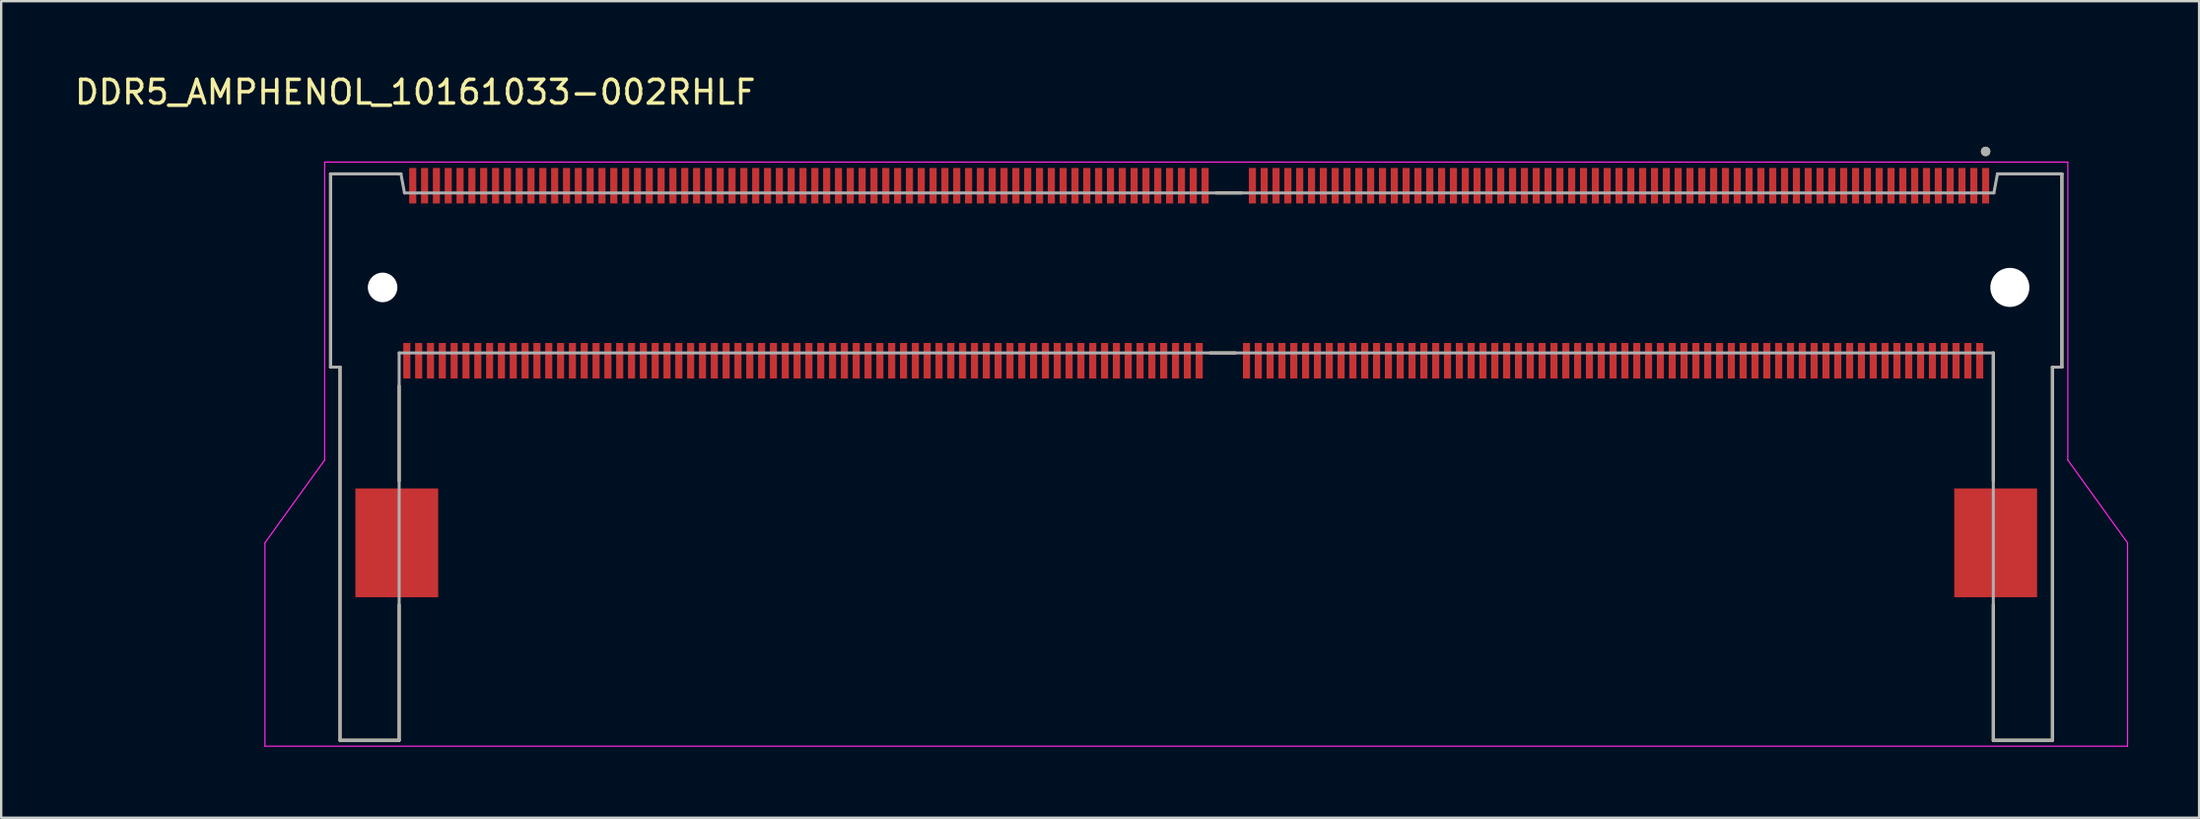
<source format=kicad_pcb>
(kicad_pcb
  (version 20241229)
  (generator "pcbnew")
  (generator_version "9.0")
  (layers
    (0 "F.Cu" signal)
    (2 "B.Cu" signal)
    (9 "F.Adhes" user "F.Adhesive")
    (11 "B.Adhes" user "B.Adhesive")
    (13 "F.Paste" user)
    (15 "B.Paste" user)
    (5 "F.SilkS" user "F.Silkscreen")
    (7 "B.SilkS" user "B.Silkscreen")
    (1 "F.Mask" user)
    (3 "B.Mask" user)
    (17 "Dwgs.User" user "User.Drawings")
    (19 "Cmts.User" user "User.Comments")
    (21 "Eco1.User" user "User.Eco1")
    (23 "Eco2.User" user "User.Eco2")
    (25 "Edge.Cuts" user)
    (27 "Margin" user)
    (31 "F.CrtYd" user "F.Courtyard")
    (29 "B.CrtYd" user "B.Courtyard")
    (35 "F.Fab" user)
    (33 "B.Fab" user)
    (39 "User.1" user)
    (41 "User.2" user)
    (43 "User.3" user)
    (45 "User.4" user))
  (footprint "DDR5_AMPHENOL_10161033-002RHLF"
    (layer "F.Cu")
    (at 47.526 9.103)
    (property "Reference" "DDR5_AMPHENOL_10161033-002RHLF" (at -33.02 -8.255 0) (layer "F.SilkS") (effects (font (size 1 1) (thickness 0.15))))
    (attr smd)
    (fp_line (start -36.6 -4.8) (end -36.6 3.37) (stroke (width 0.127) (type solid)) (layer "F.SilkS"))
    (fp_line (start -36.6 -4.8) (end -33.625 -4.8) (stroke (width 0.127) (type solid)) (layer "F.SilkS"))
    (fp_line (start -36.6 3.37) (end -36.2 3.37) (stroke (width 0.127) (type solid)) (layer "F.SilkS"))
    (fp_line (start -36.2 3.37) (end -36.2 19.15) (stroke (width 0.127) (type solid)) (layer "F.SilkS"))
    (fp_line (start -36.2 19.15) (end -33.7 19.15) (stroke (width 0.127) (type solid)) (layer "F.SilkS"))
    (fp_line (start -33.7 4.163) (end -33.7 8.18) (stroke (width 0.127) (type solid)) (layer "F.SilkS"))
    (fp_line (start -33.7 19.15) (end -33.7 13.42) (stroke (width 0.127) (type solid)) (layer "F.SilkS"))
    (fp_line (start 0.839 -3.995) (end 1.911 -3.995) (stroke (width 0.127) (type solid)) (layer "F.SilkS"))
    (fp_line (start 1.661 2.77) (end 0.589 2.77) (stroke (width 0.127) (type solid)) (layer "F.SilkS"))
    (fp_line (start 33.7 2.77) (end 33.7 8.18) (stroke (width 0.127) (type solid)) (layer "F.SilkS"))
    (fp_line (start 33.7 19.15) (end 33.7 13.42) (stroke (width 0.127) (type solid)) (layer "F.SilkS"))
    (fp_line (start 33.875 -4.8) (end 36.6 -4.8) (stroke (width 0.127) (type solid)) (layer "F.SilkS"))
    (fp_line (start 36.2 19.15) (end 33.7 19.15) (stroke (width 0.127) (type solid)) (layer "F.SilkS"))
    (fp_line (start 36.2 19.15) (end 36.2 3.37) (stroke (width 0.127) (type solid)) (layer "F.SilkS"))
    (fp_line (start 36.6 -4.8) (end 36.6 3.37) (stroke (width 0.127) (type solid)) (layer "F.SilkS"))
    (fp_line (start 36.6 3.37) (end 36.2 3.37) (stroke (width 0.127) (type solid)) (layer "F.SilkS"))
    (fp_circle (center 33.375 -5.75) (end 33.475 -5.75) (stroke (width 0.2) (type solid)) (fill no) (layer "F.SilkS"))
    (fp_line (start -39.375 10.8) (end -39.375 19.4) (stroke (width 0.05) (type solid)) (layer "F.CrtYd"))
    (fp_line (start -39.375 19.4) (end 39.375 19.4) (stroke (width 0.05) (type solid)) (layer "F.CrtYd"))
    (fp_line (start -36.85 -5.3) (end -36.85 7.3) (stroke (width 0.05) (type solid)) (layer "F.CrtYd"))
    (fp_line (start -36.85 7.3) (end -39.375 10.8) (stroke (width 0.05) (type solid)) (layer "F.CrtYd"))
    (fp_line (start 36.85 -5.3) (end -36.85 -5.3) (stroke (width 0.05) (type solid)) (layer "F.CrtYd"))
    (fp_line (start 36.85 -5.3) (end 36.85 7.3) (stroke (width 0.05) (type solid)) (layer "F.CrtYd"))
    (fp_line (start 36.85 7.3) (end 39.375 10.8) (stroke (width 0.05) (type solid)) (layer "F.CrtYd"))
    (fp_line (start 39.375 19.4) (end 39.375 10.8) (stroke (width 0.05) (type solid)) (layer "F.CrtYd"))
    (fp_line (start -36.6 -4.8) (end -36.6 3.37) (stroke (width 0.127) (type solid)) (layer "F.Fab"))
    (fp_line (start -36.6 -4.8) (end -33.625 -4.8) (stroke (width 0.127) (type solid)) (layer "F.Fab"))
    (fp_line (start -36.6 3.37) (end -36.2 3.37) (stroke (width 0.127) (type solid)) (layer "F.Fab"))
    (fp_line (start -36.2 3.37) (end -36.2 19.15) (stroke (width 0.127) (type solid)) (layer "F.Fab"))
    (fp_line (start -36.2 19.15) (end -33.7 19.15) (stroke (width 0.127) (type solid)) (layer "F.Fab"))
    (fp_line (start -33.7 19.15) (end -33.7 2.77) (stroke (width 0.127) (type solid)) (layer "F.Fab"))
    (fp_line (start -33.625 -4.8) (end -33.475 -3.995) (stroke (width 0.127) (type solid)) (layer "F.Fab"))
    (fp_line (start -33.475 -3.995) (end 33.725 -3.995) (stroke (width 0.127) (type solid)) (layer "F.Fab"))
    (fp_line (start 33.7 2.77) (end -33.7 2.77) (stroke (width 0.127) (type solid)) (layer "F.Fab"))
    (fp_line (start 33.7 19.15) (end 33.7 2.77) (stroke (width 0.127) (type solid)) (layer "F.Fab"))
    (fp_line (start 33.725 -3.995) (end 33.875 -4.8) (stroke (width 0.127) (type solid)) (layer "F.Fab"))
    (fp_line (start 33.875 -4.8) (end 36.6 -4.8) (stroke (width 0.127) (type solid)) (layer "F.Fab"))
    (fp_line (start 36.2 19.15) (end 33.7 19.15) (stroke (width 0.127) (type solid)) (layer "F.Fab"))
    (fp_line (start 36.2 19.15) (end 36.2 3.37) (stroke (width 0.127) (type solid)) (layer "F.Fab"))
    (fp_line (start 36.6 -4.8) (end 36.6 3.37) (stroke (width 0.127) (type solid)) (layer "F.Fab"))
    (fp_line (start 36.6 3.37) (end 36.2 3.37) (stroke (width 0.127) (type solid)) (layer "F.Fab"))
    (fp_circle (center 33.375 -5.75) (end 33.475 -5.75) (stroke (width 0.2) (type solid)) (fill no) (layer "F.Fab"))
    (pad "" np_thru_hole circle (at -34.4 0) (size 1.25 1.25) (drill 1.25) (layers "*.Cu" "*.Mask"))
    (pad "" np_thru_hole circle (at 34.4 0) (size 1.65 1.65) (drill 1.65) (layers "*.Cu" "*.Mask"))
    (pad "1" smd rect (at 33.375 -4.3) (size 0.3 1.5) (layers "F.Cu" "F.Mask" "F.Paste"))
    (pad "2" smd rect (at 33.125 3.1) (size 0.3 1.5) (layers "F.Cu" "F.Mask" "F.Paste"))
    (pad "3" smd rect (at 32.875 -4.3) (size 0.3 1.5) (layers "F.Cu" "F.Mask" "F.Paste"))
    (pad "4" smd rect (at 32.625 3.1) (size 0.3 1.5) (layers "F.Cu" "F.Mask" "F.Paste"))
    (pad "5" smd rect (at 32.375 -4.3) (size 0.3 1.5) (layers "F.Cu" "F.Mask" "F.Paste"))
    (pad "6" smd rect (at 32.125 3.1) (size 0.3 1.5) (layers "F.Cu" "F.Mask" "F.Paste"))
    (pad "7" smd rect (at 31.875 -4.3) (size 0.3 1.5) (layers "F.Cu" "F.Mask" "F.Paste"))
    (pad "8" smd rect (at 31.625 3.1) (size 0.3 1.5) (layers "F.Cu" "F.Mask" "F.Paste"))
    (pad "9" smd rect (at 31.375 -4.3) (size 0.3 1.5) (layers "F.Cu" "F.Mask" "F.Paste"))
    (pad "10" smd rect (at 31.125 3.1) (size 0.3 1.5) (layers "F.Cu" "F.Mask" "F.Paste"))
    (pad "11" smd rect (at 30.875 -4.3) (size 0.3 1.5) (layers "F.Cu" "F.Mask" "F.Paste"))
    (pad "12" smd rect (at 30.625 3.1) (size 0.3 1.5) (layers "F.Cu" "F.Mask" "F.Paste"))
    (pad "13" smd rect (at 30.375 -4.3) (size 0.3 1.5) (layers "F.Cu" "F.Mask" "F.Paste"))
    (pad "14" smd rect (at 30.125 3.1) (size 0.3 1.5) (layers "F.Cu" "F.Mask" "F.Paste"))
    (pad "15" smd rect (at 29.875 -4.3) (size 0.3 1.5) (layers "F.Cu" "F.Mask" "F.Paste"))
    (pad "16" smd rect (at 29.625 3.1) (size 0.3 1.5) (layers "F.Cu" "F.Mask" "F.Paste"))
    (pad "17" smd rect (at 29.375 -4.3) (size 0.3 1.5) (layers "F.Cu" "F.Mask" "F.Paste"))
    (pad "18" smd rect (at 29.125 3.1) (size 0.3 1.5) (layers "F.Cu" "F.Mask" "F.Paste"))
    (pad "19" smd rect (at 28.875 -4.3) (size 0.3 1.5) (layers "F.Cu" "F.Mask" "F.Paste"))
    (pad "20" smd rect (at 28.625 3.1) (size 0.3 1.5) (layers "F.Cu" "F.Mask" "F.Paste"))
    (pad "21" smd rect (at 28.375 -4.3) (size 0.3 1.5) (layers "F.Cu" "F.Mask" "F.Paste"))
    (pad "22" smd rect (at 28.125 3.1) (size 0.3 1.5) (layers "F.Cu" "F.Mask" "F.Paste"))
    (pad "23" smd rect (at 27.875 -4.3) (size 0.3 1.5) (layers "F.Cu" "F.Mask" "F.Paste"))
    (pad "24" smd rect (at 27.625 3.1) (size 0.3 1.5) (layers "F.Cu" "F.Mask" "F.Paste"))
    (pad "25" smd rect (at 27.375 -4.3) (size 0.3 1.5) (layers "F.Cu" "F.Mask" "F.Paste"))
    (pad "26" smd rect (at 27.125 3.1) (size 0.3 1.5) (layers "F.Cu" "F.Mask" "F.Paste"))
    (pad "27" smd rect (at 26.875 -4.3) (size 0.3 1.5) (layers "F.Cu" "F.Mask" "F.Paste"))
    (pad "28" smd rect (at 26.625 3.1) (size 0.3 1.5) (layers "F.Cu" "F.Mask" "F.Paste"))
    (pad "29" smd rect (at 26.375 -4.3) (size 0.3 1.5) (layers "F.Cu" "F.Mask" "F.Paste"))
    (pad "30" smd rect (at 26.125 3.1) (size 0.3 1.5) (layers "F.Cu" "F.Mask" "F.Paste"))
    (pad "31" smd rect (at 25.875 -4.3) (size 0.3 1.5) (layers "F.Cu" "F.Mask" "F.Paste"))
    (pad "32" smd rect (at 25.625 3.1) (size 0.3 1.5) (layers "F.Cu" "F.Mask" "F.Paste"))
    (pad "33" smd rect (at 25.375 -4.3) (size 0.3 1.5) (layers "F.Cu" "F.Mask" "F.Paste"))
    (pad "34" smd rect (at 25.125 3.1) (size 0.3 1.5) (layers "F.Cu" "F.Mask" "F.Paste"))
    (pad "35" smd rect (at 24.875 -4.3) (size 0.3 1.5) (layers "F.Cu" "F.Mask" "F.Paste"))
    (pad "36" smd rect (at 24.625 3.1) (size 0.3 1.5) (layers "F.Cu" "F.Mask" "F.Paste"))
    (pad "37" smd rect (at 24.375 -4.3) (size 0.3 1.5) (layers "F.Cu" "F.Mask" "F.Paste"))
    (pad "38" smd rect (at 24.125 3.1) (size 0.3 1.5) (layers "F.Cu" "F.Mask" "F.Paste"))
    (pad "39" smd rect (at 23.875 -4.3) (size 0.3 1.5) (layers "F.Cu" "F.Mask" "F.Paste"))
    (pad "40" smd rect (at 23.625 3.1) (size 0.3 1.5) (layers "F.Cu" "F.Mask" "F.Paste"))
    (pad "41" smd rect (at 23.375 -4.3) (size 0.3 1.5) (layers "F.Cu" "F.Mask" "F.Paste"))
    (pad "42" smd rect (at 23.125 3.1) (size 0.3 1.5) (layers "F.Cu" "F.Mask" "F.Paste"))
    (pad "43" smd rect (at 22.875 -4.3) (size 0.3 1.5) (layers "F.Cu" "F.Mask" "F.Paste"))
    (pad "44" smd rect (at 22.625 3.1) (size 0.3 1.5) (layers "F.Cu" "F.Mask" "F.Paste"))
    (pad "45" smd rect (at 22.375 -4.3) (size 0.3 1.5) (layers "F.Cu" "F.Mask" "F.Paste"))
    (pad "46" smd rect (at 22.125 3.1) (size 0.3 1.5) (layers "F.Cu" "F.Mask" "F.Paste"))
    (pad "47" smd rect (at 21.875 -4.3) (size 0.3 1.5) (layers "F.Cu" "F.Mask" "F.Paste"))
    (pad "48" smd rect (at 21.625 3.1) (size 0.3 1.5) (layers "F.Cu" "F.Mask" "F.Paste"))
    (pad "49" smd rect (at 21.375 -4.3) (size 0.3 1.5) (layers "F.Cu" "F.Mask" "F.Paste"))
    (pad "50" smd rect (at 21.125 3.1) (size 0.3 1.5) (layers "F.Cu" "F.Mask" "F.Paste"))
    (pad "51" smd rect (at 20.875 -4.3) (size 0.3 1.5) (layers "F.Cu" "F.Mask" "F.Paste"))
    (pad "52" smd rect (at 20.625 3.1) (size 0.3 1.5) (layers "F.Cu" "F.Mask" "F.Paste"))
    (pad "53" smd rect (at 20.375 -4.3) (size 0.3 1.5) (layers "F.Cu" "F.Mask" "F.Paste"))
    (pad "54" smd rect (at 20.125 3.1) (size 0.3 1.5) (layers "F.Cu" "F.Mask" "F.Paste"))
    (pad "55" smd rect (at 19.875 -4.3) (size 0.3 1.5) (layers "F.Cu" "F.Mask" "F.Paste"))
    (pad "56" smd rect (at 19.625 3.1) (size 0.3 1.5) (layers "F.Cu" "F.Mask" "F.Paste"))
    (pad "57" smd rect (at 19.375 -4.3) (size 0.3 1.5) (layers "F.Cu" "F.Mask" "F.Paste"))
    (pad "58" smd rect (at 19.125 3.1) (size 0.3 1.5) (layers "F.Cu" "F.Mask" "F.Paste"))
    (pad "59" smd rect (at 18.875 -4.3) (size 0.3 1.5) (layers "F.Cu" "F.Mask" "F.Paste"))
    (pad "60" smd rect (at 18.625 3.1) (size 0.3 1.5) (layers "F.Cu" "F.Mask" "F.Paste"))
    (pad "61" smd rect (at 18.375 -4.3) (size 0.3 1.5) (layers "F.Cu" "F.Mask" "F.Paste"))
    (pad "62" smd rect (at 18.125 3.1) (size 0.3 1.5) (layers "F.Cu" "F.Mask" "F.Paste"))
    (pad "63" smd rect (at 17.875 -4.3) (size 0.3 1.5) (layers "F.Cu" "F.Mask" "F.Paste"))
    (pad "64" smd rect (at 17.625 3.1) (size 0.3 1.5) (layers "F.Cu" "F.Mask" "F.Paste"))
    (pad "65" smd rect (at 17.375 -4.3) (size 0.3 1.5) (layers "F.Cu" "F.Mask" "F.Paste"))
    (pad "66" smd rect (at 17.125 3.1) (size 0.3 1.5) (layers "F.Cu" "F.Mask" "F.Paste"))
    (pad "67" smd rect (at 16.875 -4.3) (size 0.3 1.5) (layers "F.Cu" "F.Mask" "F.Paste"))
    (pad "68" smd rect (at 16.625 3.1) (size 0.3 1.5) (layers "F.Cu" "F.Mask" "F.Paste"))
    (pad "69" smd rect (at 16.375 -4.3) (size 0.3 1.5) (layers "F.Cu" "F.Mask" "F.Paste"))
    (pad "70" smd rect (at 16.125 3.1) (size 0.3 1.5) (layers "F.Cu" "F.Mask" "F.Paste"))
    (pad "71" smd rect (at 15.875 -4.3) (size 0.3 1.5) (layers "F.Cu" "F.Mask" "F.Paste"))
    (pad "72" smd rect (at 15.625 3.1) (size 0.3 1.5) (layers "F.Cu" "F.Mask" "F.Paste"))
    (pad "73" smd rect (at 15.375 -4.3) (size 0.3 1.5) (layers "F.Cu" "F.Mask" "F.Paste"))
    (pad "74" smd rect (at 15.125 3.1) (size 0.3 1.5) (layers "F.Cu" "F.Mask" "F.Paste"))
    (pad "75" smd rect (at 14.875 -4.3) (size 0.3 1.5) (layers "F.Cu" "F.Mask" "F.Paste"))
    (pad "76" smd rect (at 14.625 3.1) (size 0.3 1.5) (layers "F.Cu" "F.Mask" "F.Paste"))
    (pad "77" smd rect (at 14.375 -4.3) (size 0.3 1.5) (layers "F.Cu" "F.Mask" "F.Paste"))
    (pad "78" smd rect (at 14.125 3.1) (size 0.3 1.5) (layers "F.Cu" "F.Mask" "F.Paste"))
    (pad "79" smd rect (at 13.875 -4.3) (size 0.3 1.5) (layers "F.Cu" "F.Mask" "F.Paste"))
    (pad "80" smd rect (at 13.625 3.1) (size 0.3 1.5) (layers "F.Cu" "F.Mask" "F.Paste"))
    (pad "81" smd rect (at 13.375 -4.3) (size 0.3 1.5) (layers "F.Cu" "F.Mask" "F.Paste"))
    (pad "82" smd rect (at 13.125 3.1) (size 0.3 1.5) (layers "F.Cu" "F.Mask" "F.Paste"))
    (pad "83" smd rect (at 12.875 -4.3) (size 0.3 1.5) (layers "F.Cu" "F.Mask" "F.Paste"))
    (pad "84" smd rect (at 12.625 3.1) (size 0.3 1.5) (layers "F.Cu" "F.Mask" "F.Paste"))
    (pad "85" smd rect (at 12.375 -4.3) (size 0.3 1.5) (layers "F.Cu" "F.Mask" "F.Paste"))
    (pad "86" smd rect (at 12.125 3.1) (size 0.3 1.5) (layers "F.Cu" "F.Mask" "F.Paste"))
    (pad "87" smd rect (at 11.875 -4.3) (size 0.3 1.5) (layers "F.Cu" "F.Mask" "F.Paste"))
    (pad "88" smd rect (at 11.625 3.1) (size 0.3 1.5) (layers "F.Cu" "F.Mask" "F.Paste"))
    (pad "89" smd rect (at 11.375 -4.3) (size 0.3 1.5) (layers "F.Cu" "F.Mask" "F.Paste"))
    (pad "90" smd rect (at 11.125 3.1) (size 0.3 1.5) (layers "F.Cu" "F.Mask" "F.Paste"))
    (pad "91" smd rect (at 10.875 -4.3) (size 0.3 1.5) (layers "F.Cu" "F.Mask" "F.Paste"))
    (pad "92" smd rect (at 10.625 3.1) (size 0.3 1.5) (layers "F.Cu" "F.Mask" "F.Paste"))
    (pad "93" smd rect (at 10.375 -4.3) (size 0.3 1.5) (layers "F.Cu" "F.Mask" "F.Paste"))
    (pad "94" smd rect (at 10.125 3.1) (size 0.3 1.5) (layers "F.Cu" "F.Mask" "F.Paste"))
    (pad "95" smd rect (at 9.875 -4.3) (size 0.3 1.5) (layers "F.Cu" "F.Mask" "F.Paste"))
    (pad "96" smd rect (at 9.625 3.1) (size 0.3 1.5) (layers "F.Cu" "F.Mask" "F.Paste"))
    (pad "97" smd rect (at 9.375 -4.3) (size 0.3 1.5) (layers "F.Cu" "F.Mask" "F.Paste"))
    (pad "98" smd rect (at 9.125 3.1) (size 0.3 1.5) (layers "F.Cu" "F.Mask" "F.Paste"))
    (pad "99" smd rect (at 8.875 -4.3) (size 0.3 1.5) (layers "F.Cu" "F.Mask" "F.Paste"))
    (pad "100" smd rect (at 8.625 3.1) (size 0.3 1.5) (layers "F.Cu" "F.Mask" "F.Paste"))
    (pad "101" smd rect (at 8.375 -4.3) (size 0.3 1.5) (layers "F.Cu" "F.Mask" "F.Paste"))
    (pad "102" smd rect (at 8.125 3.1) (size 0.3 1.5) (layers "F.Cu" "F.Mask" "F.Paste"))
    (pad "103" smd rect (at 7.875 -4.3) (size 0.3 1.5) (layers "F.Cu" "F.Mask" "F.Paste"))
    (pad "104" smd rect (at 7.625 3.1) (size 0.3 1.5) (layers "F.Cu" "F.Mask" "F.Paste"))
    (pad "105" smd rect (at 7.375 -4.3) (size 0.3 1.5) (layers "F.Cu" "F.Mask" "F.Paste"))
    (pad "106" smd rect (at 7.125 3.1) (size 0.3 1.5) (layers "F.Cu" "F.Mask" "F.Paste"))
    (pad "107" smd rect (at 6.875 -4.3) (size 0.3 1.5) (layers "F.Cu" "F.Mask" "F.Paste"))
    (pad "108" smd rect (at 6.625 3.1) (size 0.3 1.5) (layers "F.Cu" "F.Mask" "F.Paste"))
    (pad "109" smd rect (at 6.375 -4.3) (size 0.3 1.5) (layers "F.Cu" "F.Mask" "F.Paste"))
    (pad "110" smd rect (at 6.125 3.1) (size 0.3 1.5) (layers "F.Cu" "F.Mask" "F.Paste"))
    (pad "111" smd rect (at 5.875 -4.3) (size 0.3 1.5) (layers "F.Cu" "F.Mask" "F.Paste"))
    (pad "112" smd rect (at 5.625 3.1) (size 0.3 1.5) (layers "F.Cu" "F.Mask" "F.Paste"))
    (pad "113" smd rect (at 5.375 -4.3) (size 0.3 1.5) (layers "F.Cu" "F.Mask" "F.Paste"))
    (pad "114" smd rect (at 5.125 3.1) (size 0.3 1.5) (layers "F.Cu" "F.Mask" "F.Paste"))
    (pad "115" smd rect (at 4.875 -4.3) (size 0.3 1.5) (layers "F.Cu" "F.Mask" "F.Paste"))
    (pad "116" smd rect (at 4.625 3.1) (size 0.3 1.5) (layers "F.Cu" "F.Mask" "F.Paste"))
    (pad "117" smd rect (at 4.375 -4.3) (size 0.3 1.5) (layers "F.Cu" "F.Mask" "F.Paste"))
    (pad "118" smd rect (at 4.125 3.1) (size 0.3 1.5) (layers "F.Cu" "F.Mask" "F.Paste"))
    (pad "119" smd rect (at 3.875 -4.3) (size 0.3 1.5) (layers "F.Cu" "F.Mask" "F.Paste"))
    (pad "120" smd rect (at 3.625 3.1) (size 0.3 1.5) (layers "F.Cu" "F.Mask" "F.Paste"))
    (pad "121" smd rect (at 3.375 -4.3) (size 0.3 1.5) (layers "F.Cu" "F.Mask" "F.Paste"))
    (pad "122" smd rect (at 3.125 3.1) (size 0.3 1.5) (layers "F.Cu" "F.Mask" "F.Paste"))
    (pad "123" smd rect (at 2.875 -4.3) (size 0.3 1.5) (layers "F.Cu" "F.Mask" "F.Paste"))
    (pad "124" smd rect (at 2.625 3.1) (size 0.3 1.5) (layers "F.Cu" "F.Mask" "F.Paste"))
    (pad "125" smd rect (at 2.375 -4.3) (size 0.3 1.5) (layers "F.Cu" "F.Mask" "F.Paste"))
    (pad "126" smd rect (at 2.125 3.1) (size 0.3 1.5) (layers "F.Cu" "F.Mask" "F.Paste"))
    (pad "127" smd rect (at 0.375 -4.3) (size 0.3 1.5) (layers "F.Cu" "F.Mask" "F.Paste"))
    (pad "128" smd rect (at 0.125 3.1) (size 0.3 1.5) (layers "F.Cu" "F.Mask" "F.Paste"))
    (pad "129" smd rect (at -0.125 -4.3) (size 0.3 1.5) (layers "F.Cu" "F.Mask" "F.Paste"))
    (pad "130" smd rect (at -0.375 3.1) (size 0.3 1.5) (layers "F.Cu" "F.Mask" "F.Paste"))
    (pad "131" smd rect (at -0.625 -4.3) (size 0.3 1.5) (layers "F.Cu" "F.Mask" "F.Paste"))
    (pad "132" smd rect (at -0.875 3.1) (size 0.3 1.5) (layers "F.Cu" "F.Mask" "F.Paste"))
    (pad "133" smd rect (at -1.125 -4.3) (size 0.3 1.5) (layers "F.Cu" "F.Mask" "F.Paste"))
    (pad "134" smd rect (at -1.375 3.1) (size 0.3 1.5) (layers "F.Cu" "F.Mask" "F.Paste"))
    (pad "135" smd rect (at -1.625 -4.3) (size 0.3 1.5) (layers "F.Cu" "F.Mask" "F.Paste"))
    (pad "136" smd rect (at -1.875 3.1) (size 0.3 1.5) (layers "F.Cu" "F.Mask" "F.Paste"))
    (pad "137" smd rect (at -2.125 -4.3) (size 0.3 1.5) (layers "F.Cu" "F.Mask" "F.Paste"))
    (pad "138" smd rect (at -2.375 3.1) (size 0.3 1.5) (layers "F.Cu" "F.Mask" "F.Paste"))
    (pad "139" smd rect (at -2.625 -4.3) (size 0.3 1.5) (layers "F.Cu" "F.Mask" "F.Paste"))
    (pad "140" smd rect (at -2.875 3.1) (size 0.3 1.5) (layers "F.Cu" "F.Mask" "F.Paste"))
    (pad "141" smd rect (at -3.125 -4.3) (size 0.3 1.5) (layers "F.Cu" "F.Mask" "F.Paste"))
    (pad "142" smd rect (at -3.375 3.1) (size 0.3 1.5) (layers "F.Cu" "F.Mask" "F.Paste"))
    (pad "143" smd rect (at -3.625 -4.3) (size 0.3 1.5) (layers "F.Cu" "F.Mask" "F.Paste"))
    (pad "144" smd rect (at -3.875 3.1) (size 0.3 1.5) (layers "F.Cu" "F.Mask" "F.Paste"))
    (pad "145" smd rect (at -4.125 -4.3) (size 0.3 1.5) (layers "F.Cu" "F.Mask" "F.Paste"))
    (pad "146" smd rect (at -4.375 3.1) (size 0.3 1.5) (layers "F.Cu" "F.Mask" "F.Paste"))
    (pad "147" smd rect (at -4.625 -4.3) (size 0.3 1.5) (layers "F.Cu" "F.Mask" "F.Paste"))
    (pad "148" smd rect (at -4.875 3.1) (size 0.3 1.5) (layers "F.Cu" "F.Mask" "F.Paste"))
    (pad "149" smd rect (at -5.125 -4.3) (size 0.3 1.5) (layers "F.Cu" "F.Mask" "F.Paste"))
    (pad "150" smd rect (at -5.375 3.1) (size 0.3 1.5) (layers "F.Cu" "F.Mask" "F.Paste"))
    (pad "151" smd rect (at -5.625 -4.3) (size 0.3 1.5) (layers "F.Cu" "F.Mask" "F.Paste"))
    (pad "152" smd rect (at -5.875 3.1) (size 0.3 1.5) (layers "F.Cu" "F.Mask" "F.Paste"))
    (pad "153" smd rect (at -6.125 -4.3) (size 0.3 1.5) (layers "F.Cu" "F.Mask" "F.Paste"))
    (pad "154" smd rect (at -6.375 3.1) (size 0.3 1.5) (layers "F.Cu" "F.Mask" "F.Paste"))
    (pad "155" smd rect (at -6.625 -4.3) (size 0.3 1.5) (layers "F.Cu" "F.Mask" "F.Paste"))
    (pad "156" smd rect (at -6.875 3.1) (size 0.3 1.5) (layers "F.Cu" "F.Mask" "F.Paste"))
    (pad "157" smd rect (at -7.125 -4.3) (size 0.3 1.5) (layers "F.Cu" "F.Mask" "F.Paste"))
    (pad "158" smd rect (at -7.375 3.1) (size 0.3 1.5) (layers "F.Cu" "F.Mask" "F.Paste"))
    (pad "159" smd rect (at -7.625 -4.3) (size 0.3 1.5) (layers "F.Cu" "F.Mask" "F.Paste"))
    (pad "160" smd rect (at -7.875 3.1) (size 0.3 1.5) (layers "F.Cu" "F.Mask" "F.Paste"))
    (pad "161" smd rect (at -8.125 -4.3) (size 0.3 1.5) (layers "F.Cu" "F.Mask" "F.Paste"))
    (pad "162" smd rect (at -8.375 3.1) (size 0.3 1.5) (layers "F.Cu" "F.Mask" "F.Paste"))
    (pad "163" smd rect (at -8.625 -4.3) (size 0.3 1.5) (layers "F.Cu" "F.Mask" "F.Paste"))
    (pad "164" smd rect (at -8.875 3.1) (size 0.3 1.5) (layers "F.Cu" "F.Mask" "F.Paste"))
    (pad "165" smd rect (at -9.125 -4.3) (size 0.3 1.5) (layers "F.Cu" "F.Mask" "F.Paste"))
    (pad "166" smd rect (at -9.375 3.1) (size 0.3 1.5) (layers "F.Cu" "F.Mask" "F.Paste"))
    (pad "167" smd rect (at -9.625 -4.3) (size 0.3 1.5) (layers "F.Cu" "F.Mask" "F.Paste"))
    (pad "168" smd rect (at -9.875 3.1) (size 0.3 1.5) (layers "F.Cu" "F.Mask" "F.Paste"))
    (pad "169" smd rect (at -10.125 -4.3) (size 0.3 1.5) (layers "F.Cu" "F.Mask" "F.Paste"))
    (pad "170" smd rect (at -10.375 3.1) (size 0.3 1.5) (layers "F.Cu" "F.Mask" "F.Paste"))
    (pad "171" smd rect (at -10.625 -4.3) (size 0.3 1.5) (layers "F.Cu" "F.Mask" "F.Paste"))
    (pad "172" smd rect (at -10.875 3.1) (size 0.3 1.5) (layers "F.Cu" "F.Mask" "F.Paste"))
    (pad "173" smd rect (at -11.125 -4.3) (size 0.3 1.5) (layers "F.Cu" "F.Mask" "F.Paste"))
    (pad "174" smd rect (at -11.375 3.1) (size 0.3 1.5) (layers "F.Cu" "F.Mask" "F.Paste"))
    (pad "175" smd rect (at -11.625 -4.3) (size 0.3 1.5) (layers "F.Cu" "F.Mask" "F.Paste"))
    (pad "176" smd rect (at -11.875 3.1) (size 0.3 1.5) (layers "F.Cu" "F.Mask" "F.Paste"))
    (pad "177" smd rect (at -12.125 -4.3) (size 0.3 1.5) (layers "F.Cu" "F.Mask" "F.Paste"))
    (pad "178" smd rect (at -12.375 3.1) (size 0.3 1.5) (layers "F.Cu" "F.Mask" "F.Paste"))
    (pad "179" smd rect (at -12.625 -4.3) (size 0.3 1.5) (layers "F.Cu" "F.Mask" "F.Paste"))
    (pad "180" smd rect (at -12.875 3.1) (size 0.3 1.5) (layers "F.Cu" "F.Mask" "F.Paste"))
    (pad "181" smd rect (at -13.125 -4.3) (size 0.3 1.5) (layers "F.Cu" "F.Mask" "F.Paste"))
    (pad "182" smd rect (at -13.375 3.1) (size 0.3 1.5) (layers "F.Cu" "F.Mask" "F.Paste"))
    (pad "183" smd rect (at -13.625 -4.3) (size 0.3 1.5) (layers "F.Cu" "F.Mask" "F.Paste"))
    (pad "184" smd rect (at -13.875 3.1) (size 0.3 1.5) (layers "F.Cu" "F.Mask" "F.Paste"))
    (pad "185" smd rect (at -14.125 -4.3) (size 0.3 1.5) (layers "F.Cu" "F.Mask" "F.Paste"))
    (pad "186" smd rect (at -14.375 3.1) (size 0.3 1.5) (layers "F.Cu" "F.Mask" "F.Paste"))
    (pad "187" smd rect (at -14.625 -4.3) (size 0.3 1.5) (layers "F.Cu" "F.Mask" "F.Paste"))
    (pad "188" smd rect (at -14.875 3.1) (size 0.3 1.5) (layers "F.Cu" "F.Mask" "F.Paste"))
    (pad "189" smd rect (at -15.125 -4.3) (size 0.3 1.5) (layers "F.Cu" "F.Mask" "F.Paste"))
    (pad "190" smd rect (at -15.375 3.1) (size 0.3 1.5) (layers "F.Cu" "F.Mask" "F.Paste"))
    (pad "191" smd rect (at -15.625 -4.3) (size 0.3 1.5) (layers "F.Cu" "F.Mask" "F.Paste"))
    (pad "192" smd rect (at -15.875 3.1) (size 0.3 1.5) (layers "F.Cu" "F.Mask" "F.Paste"))
    (pad "193" smd rect (at -16.125 -4.3) (size 0.3 1.5) (layers "F.Cu" "F.Mask" "F.Paste"))
    (pad "194" smd rect (at -16.375 3.1) (size 0.3 1.5) (layers "F.Cu" "F.Mask" "F.Paste"))
    (pad "195" smd rect (at -16.625 -4.3) (size 0.3 1.5) (layers "F.Cu" "F.Mask" "F.Paste"))
    (pad "196" smd rect (at -16.875 3.1) (size 0.3 1.5) (layers "F.Cu" "F.Mask" "F.Paste"))
    (pad "197" smd rect (at -17.125 -4.3) (size 0.3 1.5) (layers "F.Cu" "F.Mask" "F.Paste"))
    (pad "198" smd rect (at -17.375 3.1) (size 0.3 1.5) (layers "F.Cu" "F.Mask" "F.Paste"))
    (pad "199" smd rect (at -17.625 -4.3) (size 0.3 1.5) (layers "F.Cu" "F.Mask" "F.Paste"))
    (pad "200" smd rect (at -17.875 3.1) (size 0.3 1.5) (layers "F.Cu" "F.Mask" "F.Paste"))
    (pad "201" smd rect (at -18.125 -4.3) (size 0.3 1.5) (layers "F.Cu" "F.Mask" "F.Paste"))
    (pad "202" smd rect (at -18.375 3.1) (size 0.3 1.5) (layers "F.Cu" "F.Mask" "F.Paste"))
    (pad "203" smd rect (at -18.625 -4.3) (size 0.3 1.5) (layers "F.Cu" "F.Mask" "F.Paste"))
    (pad "204" smd rect (at -18.875 3.1) (size 0.3 1.5) (layers "F.Cu" "F.Mask" "F.Paste"))
    (pad "205" smd rect (at -19.125 -4.3) (size 0.3 1.5) (layers "F.Cu" "F.Mask" "F.Paste"))
    (pad "206" smd rect (at -19.375 3.1) (size 0.3 1.5) (layers "F.Cu" "F.Mask" "F.Paste"))
    (pad "207" smd rect (at -19.625 -4.3) (size 0.3 1.5) (layers "F.Cu" "F.Mask" "F.Paste"))
    (pad "208" smd rect (at -19.875 3.1) (size 0.3 1.5) (layers "F.Cu" "F.Mask" "F.Paste"))
    (pad "209" smd rect (at -20.125 -4.3) (size 0.3 1.5) (layers "F.Cu" "F.Mask" "F.Paste"))
    (pad "210" smd rect (at -20.375 3.1) (size 0.3 1.5) (layers "F.Cu" "F.Mask" "F.Paste"))
    (pad "211" smd rect (at -20.625 -4.3) (size 0.3 1.5) (layers "F.Cu" "F.Mask" "F.Paste"))
    (pad "212" smd rect (at -20.875 3.1) (size 0.3 1.5) (layers "F.Cu" "F.Mask" "F.Paste"))
    (pad "213" smd rect (at -21.125 -4.3) (size 0.3 1.5) (layers "F.Cu" "F.Mask" "F.Paste"))
    (pad "214" smd rect (at -21.375 3.1) (size 0.3 1.5) (layers "F.Cu" "F.Mask" "F.Paste"))
    (pad "215" smd rect (at -21.625 -4.3) (size 0.3 1.5) (layers "F.Cu" "F.Mask" "F.Paste"))
    (pad "216" smd rect (at -21.875 3.1) (size 0.3 1.5) (layers "F.Cu" "F.Mask" "F.Paste"))
    (pad "217" smd rect (at -22.125 -4.3) (size 0.3 1.5) (layers "F.Cu" "F.Mask" "F.Paste"))
    (pad "218" smd rect (at -22.375 3.1) (size 0.3 1.5) (layers "F.Cu" "F.Mask" "F.Paste"))
    (pad "219" smd rect (at -22.625 -4.3) (size 0.3 1.5) (layers "F.Cu" "F.Mask" "F.Paste"))
    (pad "220" smd rect (at -22.875 3.1) (size 0.3 1.5) (layers "F.Cu" "F.Mask" "F.Paste"))
    (pad "221" smd rect (at -23.125 -4.3) (size 0.3 1.5) (layers "F.Cu" "F.Mask" "F.Paste"))
    (pad "222" smd rect (at -23.375 3.1) (size 0.3 1.5) (layers "F.Cu" "F.Mask" "F.Paste"))
    (pad "223" smd rect (at -23.625 -4.3) (size 0.3 1.5) (layers "F.Cu" "F.Mask" "F.Paste"))
    (pad "224" smd rect (at -23.875 3.1) (size 0.3 1.5) (layers "F.Cu" "F.Mask" "F.Paste"))
    (pad "225" smd rect (at -24.125 -4.3) (size 0.3 1.5) (layers "F.Cu" "F.Mask" "F.Paste"))
    (pad "226" smd rect (at -24.375 3.1) (size 0.3 1.5) (layers "F.Cu" "F.Mask" "F.Paste"))
    (pad "227" smd rect (at -24.625 -4.3) (size 0.3 1.5) (layers "F.Cu" "F.Mask" "F.Paste"))
    (pad "228" smd rect (at -24.875 3.1) (size 0.3 1.5) (layers "F.Cu" "F.Mask" "F.Paste"))
    (pad "229" smd rect (at -25.125 -4.3) (size 0.3 1.5) (layers "F.Cu" "F.Mask" "F.Paste"))
    (pad "230" smd rect (at -25.375 3.1) (size 0.3 1.5) (layers "F.Cu" "F.Mask" "F.Paste"))
    (pad "231" smd rect (at -25.625 -4.3) (size 0.3 1.5) (layers "F.Cu" "F.Mask" "F.Paste"))
    (pad "232" smd rect (at -25.875 3.1) (size 0.3 1.5) (layers "F.Cu" "F.Mask" "F.Paste"))
    (pad "233" smd rect (at -26.125 -4.3) (size 0.3 1.5) (layers "F.Cu" "F.Mask" "F.Paste"))
    (pad "234" smd rect (at -26.375 3.1) (size 0.3 1.5) (layers "F.Cu" "F.Mask" "F.Paste"))
    (pad "235" smd rect (at -26.625 -4.3) (size 0.3 1.5) (layers "F.Cu" "F.Mask" "F.Paste"))
    (pad "236" smd rect (at -26.875 3.1) (size 0.3 1.5) (layers "F.Cu" "F.Mask" "F.Paste"))
    (pad "237" smd rect (at -27.125 -4.3) (size 0.3 1.5) (layers "F.Cu" "F.Mask" "F.Paste"))
    (pad "238" smd rect (at -27.375 3.1) (size 0.3 1.5) (layers "F.Cu" "F.Mask" "F.Paste"))
    (pad "239" smd rect (at -27.625 -4.3) (size 0.3 1.5) (layers "F.Cu" "F.Mask" "F.Paste"))
    (pad "240" smd rect (at -27.875 3.1) (size 0.3 1.5) (layers "F.Cu" "F.Mask" "F.Paste"))
    (pad "241" smd rect (at -28.125 -4.3) (size 0.3 1.5) (layers "F.Cu" "F.Mask" "F.Paste"))
    (pad "242" smd rect (at -28.375 3.1) (size 0.3 1.5) (layers "F.Cu" "F.Mask" "F.Paste"))
    (pad "243" smd rect (at -28.625 -4.3) (size 0.3 1.5) (layers "F.Cu" "F.Mask" "F.Paste"))
    (pad "244" smd rect (at -28.875 3.1) (size 0.3 1.5) (layers "F.Cu" "F.Mask" "F.Paste"))
    (pad "245" smd rect (at -29.125 -4.3) (size 0.3 1.5) (layers "F.Cu" "F.Mask" "F.Paste"))
    (pad "246" smd rect (at -29.375 3.1) (size 0.3 1.5) (layers "F.Cu" "F.Mask" "F.Paste"))
    (pad "247" smd rect (at -29.625 -4.3) (size 0.3 1.5) (layers "F.Cu" "F.Mask" "F.Paste"))
    (pad "248" smd rect (at -29.875 3.1) (size 0.3 1.5) (layers "F.Cu" "F.Mask" "F.Paste"))
    (pad "249" smd rect (at -30.125 -4.3) (size 0.3 1.5) (layers "F.Cu" "F.Mask" "F.Paste"))
    (pad "250" smd rect (at -30.375 3.1) (size 0.3 1.5) (layers "F.Cu" "F.Mask" "F.Paste"))
    (pad "251" smd rect (at -30.625 -4.3) (size 0.3 1.5) (layers "F.Cu" "F.Mask" "F.Paste"))
    (pad "252" smd rect (at -30.875 3.1) (size 0.3 1.5) (layers "F.Cu" "F.Mask" "F.Paste"))
    (pad "253" smd rect (at -31.125 -4.3) (size 0.3 1.5) (layers "F.Cu" "F.Mask" "F.Paste"))
    (pad "254" smd rect (at -31.375 3.1) (size 0.3 1.5) (layers "F.Cu" "F.Mask" "F.Paste"))
    (pad "255" smd rect (at -31.625 -4.3) (size 0.3 1.5) (layers "F.Cu" "F.Mask" "F.Paste"))
    (pad "256" smd rect (at -31.875 3.1) (size 0.3 1.5) (layers "F.Cu" "F.Mask" "F.Paste"))
    (pad "257" smd rect (at -32.125 -4.3) (size 0.3 1.5) (layers "F.Cu" "F.Mask" "F.Paste"))
    (pad "258" smd rect (at -32.375 3.1) (size 0.3 1.5) (layers "F.Cu" "F.Mask" "F.Paste"))
    (pad "259" smd rect (at -32.625 -4.3) (size 0.3 1.5) (layers "F.Cu" "F.Mask" "F.Paste"))
    (pad "260" smd rect (at -32.875 3.1) (size 0.3 1.5) (layers "F.Cu" "F.Mask" "F.Paste"))
    (pad "261" smd rect (at -33.125 -4.3) (size 0.3 1.5) (layers "F.Cu" "F.Mask" "F.Paste"))
    (pad "262" smd rect (at -33.375 3.1) (size 0.3 1.5) (layers "F.Cu" "F.Mask" "F.Paste"))
    (pad "S1" smd rect (at -33.8 10.8) (size 3.5 4.6) (layers "F.Cu" "F.Mask" "F.Paste"))
    (pad "S2" smd rect (at 33.8 10.8) (size 3.5 4.6) (layers "F.Cu" "F.Mask" "F.Paste")))
  (gr_rect
    (start -3 -3)
    (end 89.926 31.528)
    (stroke (width 0.1) (type default))
    (fill no)
    (layer "Edge.Cuts")))
</source>
